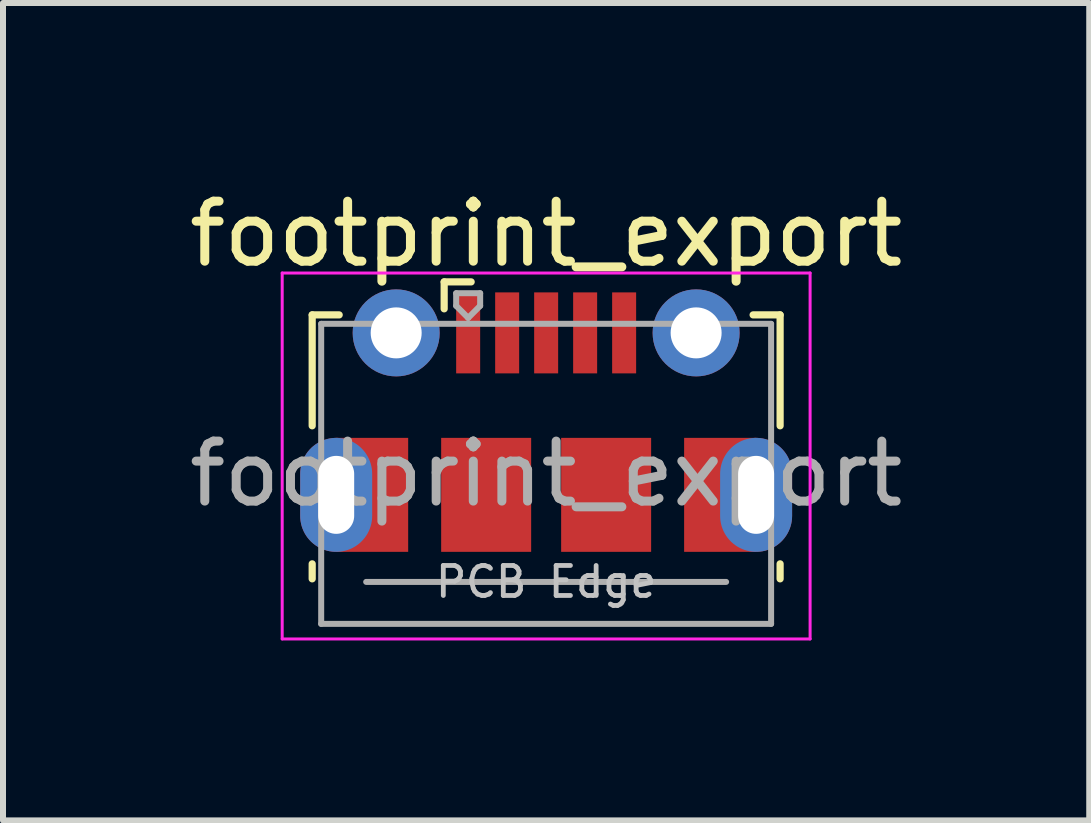
<source format=kicad_pcb>
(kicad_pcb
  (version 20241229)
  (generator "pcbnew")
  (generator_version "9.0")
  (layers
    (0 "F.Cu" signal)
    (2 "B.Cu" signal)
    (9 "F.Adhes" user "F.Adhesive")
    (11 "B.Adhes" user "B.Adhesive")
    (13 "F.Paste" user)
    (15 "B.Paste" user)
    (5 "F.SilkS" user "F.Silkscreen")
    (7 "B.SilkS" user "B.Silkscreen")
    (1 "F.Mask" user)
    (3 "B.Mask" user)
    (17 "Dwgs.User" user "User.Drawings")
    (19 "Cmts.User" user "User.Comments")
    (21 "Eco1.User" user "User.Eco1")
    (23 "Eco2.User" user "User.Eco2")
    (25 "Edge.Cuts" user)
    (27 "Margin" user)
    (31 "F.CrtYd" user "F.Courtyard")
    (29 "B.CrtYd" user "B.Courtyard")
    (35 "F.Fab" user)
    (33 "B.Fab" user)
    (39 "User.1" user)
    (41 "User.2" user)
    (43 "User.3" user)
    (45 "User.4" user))
  (footprint "footprint_export"
    (layer "F.Cu")
    (at 6.054 3.961)
    (property "Reference" "footprint_export" (at 0 -3.112 0) (layer "F.SilkS") (effects (font (size 1 1) (thickness 0.15))))
    (attr smd)
    (fp_line (start -3.9 -1.762) (end -3.45 -1.762) (stroke (width 0.12) (type solid)) (layer "F.SilkS"))
    (fp_line (start -3.9 0.087) (end -3.9 -1.762) (stroke (width 0.12) (type solid)) (layer "F.SilkS"))
    (fp_line (start -3.9 2.638) (end -3.9 2.388) (stroke (width 0.12) (type solid)) (layer "F.SilkS"))
    (fp_line (start -1.7 -2.312) (end -1.7 -1.863) (stroke (width 0.12) (type solid)) (layer "F.SilkS"))
    (fp_line (start -1.7 -2.312) (end -1.25 -2.312) (stroke (width 0.12) (type solid)) (layer "F.SilkS"))
    (fp_line (start 3.9 -1.762) (end 3.45 -1.762) (stroke (width 0.12) (type solid)) (layer "F.SilkS"))
    (fp_line (start 3.9 0.087) (end 3.9 -1.762) (stroke (width 0.12) (type solid)) (layer "F.SilkS"))
    (fp_line (start 3.9 2.638) (end 3.9 2.388) (stroke (width 0.12) (type solid)) (layer "F.SilkS"))
    (fp_line (start -4.4 -2.46) (end 4.4 -2.46) (stroke (width 0.05) (type solid)) (layer "F.CrtYd"))
    (fp_line (start -4.4 3.64) (end -4.4 -2.46) (stroke (width 0.05) (type solid)) (layer "F.CrtYd"))
    (fp_line (start -4.4 3.64) (end 4.4 3.64) (stroke (width 0.05) (type solid)) (layer "F.CrtYd"))
    (fp_line (start 4.4 -2.46) (end 4.4 3.64) (stroke (width 0.05) (type solid)) (layer "F.CrtYd"))
    (fp_line (start -3.75 -1.613) (end 3.75 -1.613) (stroke (width 0.1) (type solid)) (layer "F.Fab"))
    (fp_line (start -3.75 3.388) (end -3.75 -1.613) (stroke (width 0.1) (type solid)) (layer "F.Fab"))
    (fp_line (start -3.75 3.389) (end 3.75 3.389) (stroke (width 0.1) (type solid)) (layer "F.Fab"))
    (fp_line (start -3 2.689) (end 3 2.689) (stroke (width 0.1) (type solid)) (layer "F.Fab"))
    (fp_line (start -1.5 -2.123) (end -1.5 -1.913) (stroke (width 0.1) (type solid)) (layer "F.Fab"))
    (fp_line (start -1.5 -2.123) (end -1.1 -2.123) (stroke (width 0.1) (type solid)) (layer "F.Fab"))
    (fp_line (start -1.3 -1.712) (end -1.5 -1.913) (stroke (width 0.1) (type solid)) (layer "F.Fab"))
    (fp_line (start -1.1 -2.123) (end -1.1 -1.913) (stroke (width 0.1) (type solid)) (layer "F.Fab"))
    (fp_line (start -1.1 -1.913) (end -1.3 -1.712) (stroke (width 0.1) (type solid)) (layer "F.Fab"))
    (fp_line (start 3.75 3.388) (end 3.75 -1.613) (stroke (width 0.1) (type solid)) (layer "F.Fab"))
    (fp_text user "PCB Edge" (at 0 2.688 0) (layer "Dwgs.User") (effects (font (size 0.5 0.5) (thickness 0.08))))
    (fp_text user "${REFERENCE}" (at 0 0.887 0) (layer "F.Fab") (effects (font (size 1 1) (thickness 0.15))))
    (pad "1" smd rect (at -1.3 -1.462) (size 0.4 1.35) (layers "F.Cu" "F.Mask" "F.Paste"))
    (pad "2" smd rect (at -0.65 -1.462) (size 0.4 1.35) (layers "F.Cu" "F.Mask" "F.Paste"))
    (pad "3" smd rect (at 0 -1.462) (size 0.4 1.35) (layers "F.Cu" "F.Mask" "F.Paste"))
    (pad "4" smd rect (at 0.65 -1.462) (size 0.4 1.35) (layers "F.Cu" "F.Mask" "F.Paste"))
    (pad "5" smd rect (at 1.3 -1.462) (size 0.4 1.35) (layers "F.Cu" "F.Mask" "F.Paste"))
    (pad "6" thru_hole oval (at -3.5 1.238 180) (size 1.2 1.9) (drill oval 0.6 1.3) (layers "*.Cu" "*.Mask"))
    (pad "6" smd rect (at -2.9 1.238) (size 1.2 1.9) (layers "F.Cu" "F.Mask"))
    (pad "6" thru_hole circle (at -2.5 -1.462) (size 1.45 1.45) (drill 0.85) (layers "*.Cu" "*.Mask"))
    (pad "6" smd rect (at -1 1.238) (size 1.5 1.9) (layers "F.Cu" "F.Mask" "F.Paste"))
    (pad "6" smd rect (at 1 1.238) (size 1.5 1.9) (layers "F.Cu" "F.Mask" "F.Paste"))
    (pad "6" thru_hole circle (at 2.5 -1.462) (size 1.45 1.45) (drill 0.85) (layers "*.Cu" "*.Mask"))
    (pad "6" smd rect (at 2.9 1.238) (size 1.2 1.9) (layers "F.Cu" "F.Mask"))
    (pad "6" thru_hole oval (at 3.5 1.238) (size 1.2 1.9) (drill oval 0.6 1.3) (layers "*.Cu" "*.Mask")))
  (gr_rect
    (start -3 -3)
    (end 15.107 10.626)
    (stroke (width 0.1) (type default))
    (fill no)
    (layer "Edge.Cuts")))
</source>
